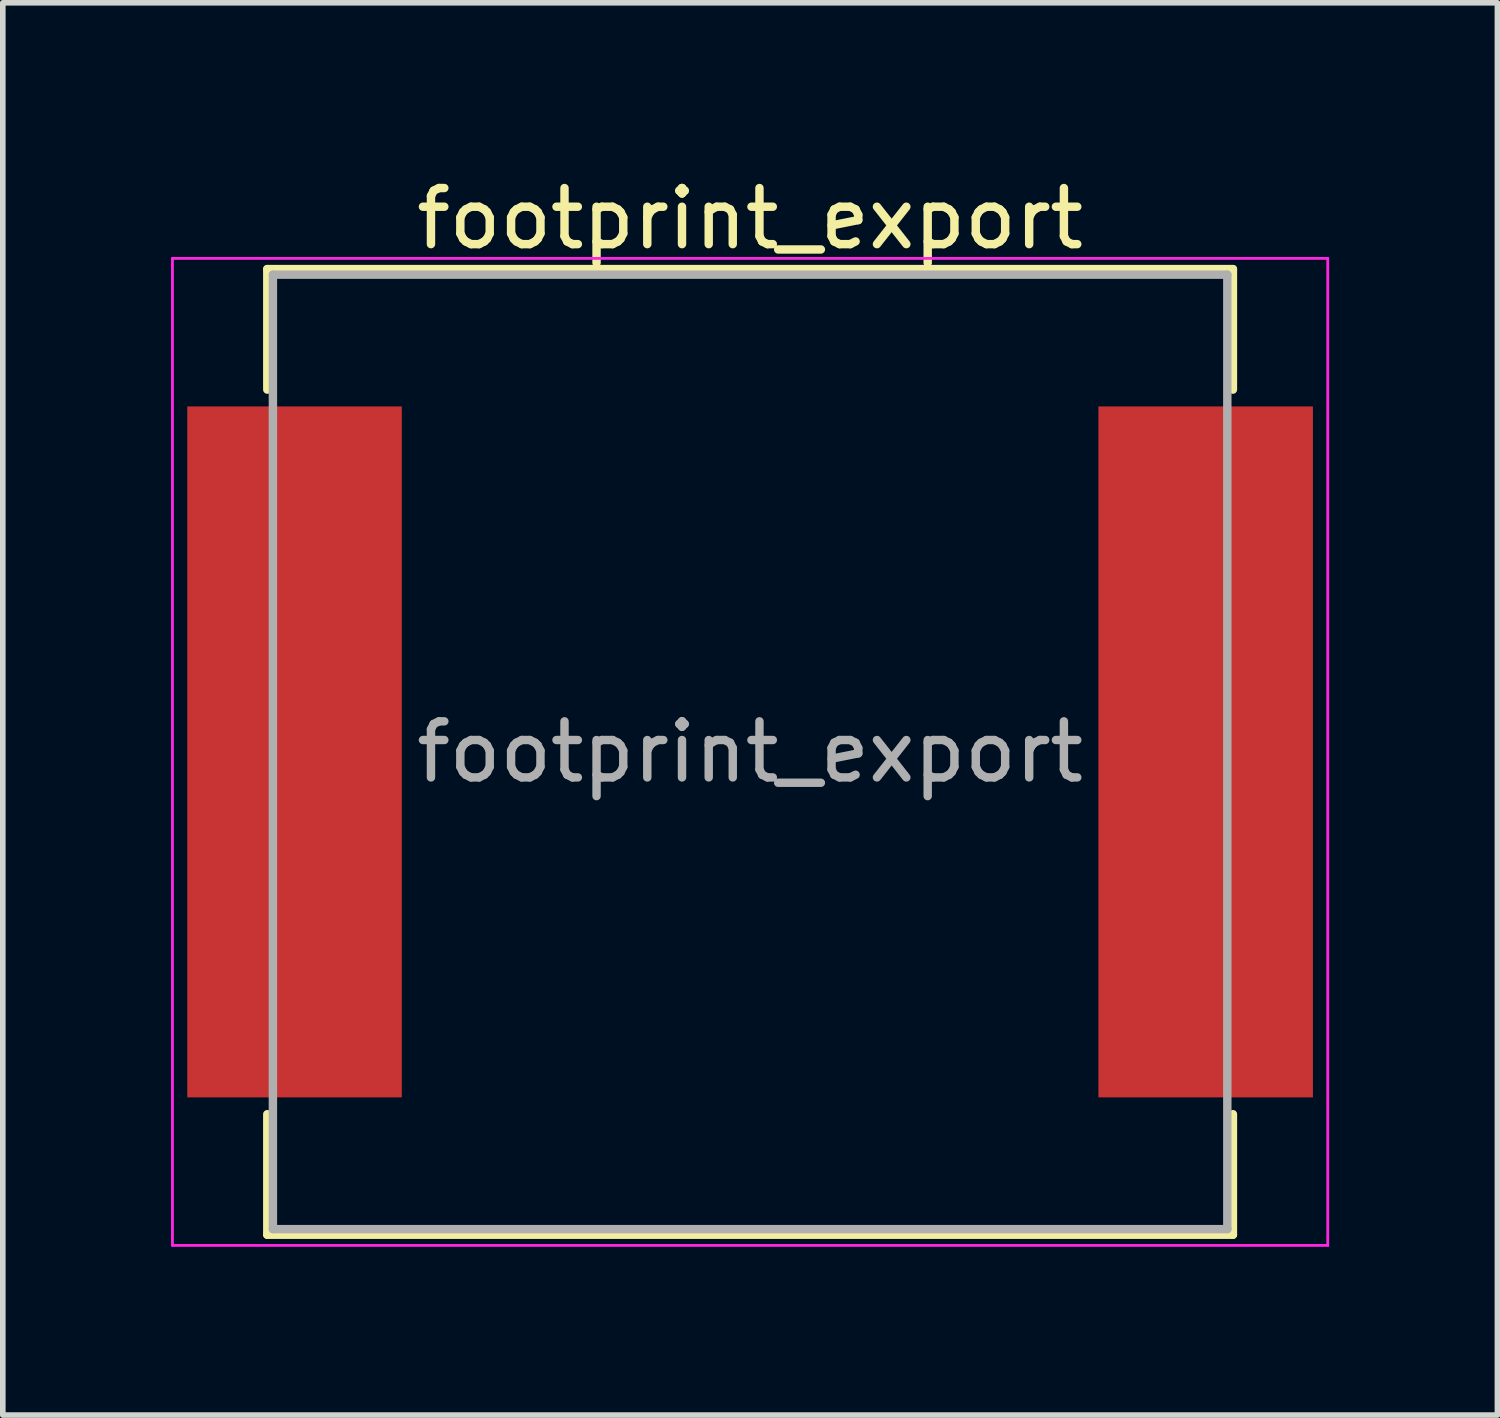
<source format=kicad_pcb>
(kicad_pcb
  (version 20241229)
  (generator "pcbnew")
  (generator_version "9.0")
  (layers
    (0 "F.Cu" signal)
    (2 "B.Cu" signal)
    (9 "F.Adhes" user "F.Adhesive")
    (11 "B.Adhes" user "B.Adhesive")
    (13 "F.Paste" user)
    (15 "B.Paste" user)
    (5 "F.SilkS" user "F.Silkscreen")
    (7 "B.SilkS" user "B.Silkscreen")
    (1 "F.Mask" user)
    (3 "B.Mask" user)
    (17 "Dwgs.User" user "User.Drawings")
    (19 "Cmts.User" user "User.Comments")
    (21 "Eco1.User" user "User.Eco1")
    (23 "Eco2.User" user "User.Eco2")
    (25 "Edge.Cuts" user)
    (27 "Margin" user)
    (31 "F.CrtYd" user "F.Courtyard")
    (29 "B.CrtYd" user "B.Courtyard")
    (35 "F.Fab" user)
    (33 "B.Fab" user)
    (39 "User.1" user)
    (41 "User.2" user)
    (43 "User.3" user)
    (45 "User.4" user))
  (footprint "footprint_export"
    (layer "F.Cu")
    (at 10.325 10.357)
    (property "Reference" "footprint_export" (at 0 -9.509 0) (layer "F.SilkS") (effects (font (size 1 1) (thickness 0.15))))
    (attr smd)
    (fp_line (start -8.609 -8.609) (end 8.609 -8.609) (stroke (width 0.15) (type solid)) (layer "F.SilkS"))
    (fp_line (start -8.609 -6.46) (end -8.609 -8.609) (stroke (width 0.15) (type solid)) (layer "F.SilkS"))
    (fp_line (start -8.609 6.46) (end -8.609 8.609) (stroke (width 0.15) (type solid)) (layer "F.SilkS"))
    (fp_line (start -8.609 8.609) (end 8.609 8.609) (stroke (width 0.15) (type solid)) (layer "F.SilkS"))
    (fp_line (start 8.609 -8.609) (end 8.609 -6.46) (stroke (width 0.15) (type solid)) (layer "F.SilkS"))
    (fp_line (start 8.609 8.609) (end 8.609 6.46) (stroke (width 0.15) (type solid)) (layer "F.SilkS"))
    (fp_line (start -10.3 -8.8) (end -10.3 8.8) (stroke (width 0.05) (type solid)) (layer "F.CrtYd"))
    (fp_line (start -10.3 8.8) (end 10.3 8.8) (stroke (width 0.05) (type solid)) (layer "F.CrtYd"))
    (fp_line (start 10.3 -8.8) (end -10.3 -8.8) (stroke (width 0.05) (type solid)) (layer "F.CrtYd"))
    (fp_line (start 10.3 8.8) (end 10.3 -8.8) (stroke (width 0.05) (type solid)) (layer "F.CrtYd"))
    (fp_line (start -8.509 -8.509) (end -8.509 8.509) (stroke (width 0.15) (type solid)) (layer "F.Fab"))
    (fp_line (start -8.509 8.509) (end 8.509 8.509) (stroke (width 0.15) (type solid)) (layer "F.Fab"))
    (fp_line (start 8.509 -8.509) (end -8.509 -8.509) (stroke (width 0.15) (type solid)) (layer "F.Fab"))
    (fp_line (start 8.509 8.509) (end 8.509 -8.509) (stroke (width 0.15) (type solid)) (layer "F.Fab"))
    (fp_text user "${REFERENCE}" (at 0 0 0) (layer "F.Fab") (effects (font (size 1 1) (thickness 0.15))))
    (pad "1" smd rect (at -8.123 0) (size 3.825 12.32) (layers "F.Cu" "F.Mask" "F.Paste"))
    (pad "2" smd rect (at 8.123 0) (size 3.825 12.32) (layers "F.Cu" "F.Mask" "F.Paste")))
  (gr_rect
    (start -3 -3)
    (end 23.65 22.182)
    (stroke (width 0.1) (type default))
    (fill no)
    (layer "Edge.Cuts")))
</source>
